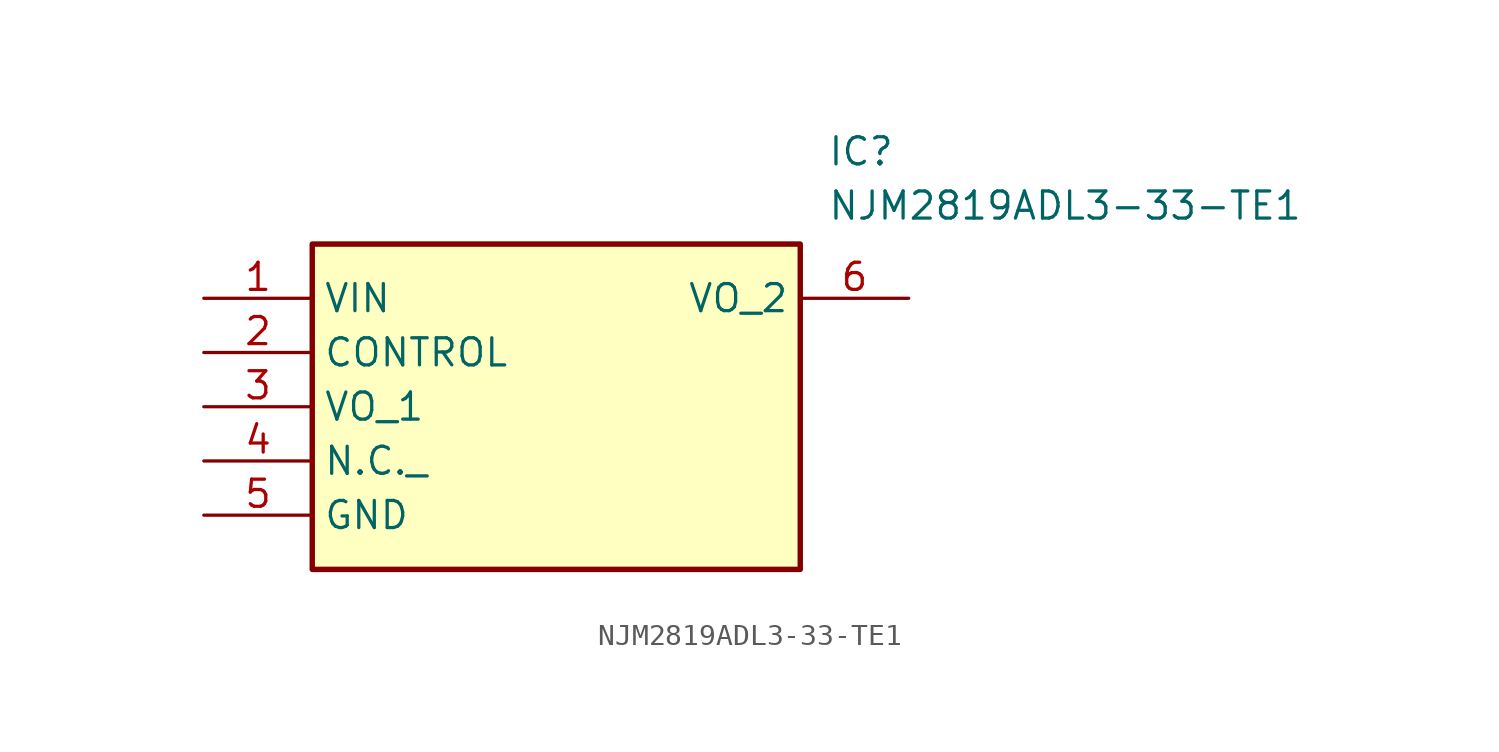
<source format=kicad_sym>
(kicad_symbol_lib
  (version 20211014)
  (generator SamacSys_ECAD_Model)
  (symbol "NJM2819ADL3-33-TE1"
    (property "Reference" "IC"
      (at 29.21 7.62 0)
      (effects (font (size 1.27 1.27)) (justify left top)))
    (property "Value" "NJM2819ADL3-33-TE1"
      (at 29.21 5.08 0)
      (effects (font (size 1.27 1.27)) (justify left top)))
    (rectangle
      (start 5.08 2.54)
      (end 27.94 -12.7)
      (stroke (width 0.254) (type default))
      (fill (type background)))
    (pin passive line
      (at 0 0 0)
      (length 5.08)
      (name "VIN" (effects (font (size 1.27 1.27))))
      (number "1" (effects (font (size 1.27 1.27)))))
    (pin passive line
      (at 0 -2.54 0)
      (length 5.08)
      (name "CONTROL" (effects (font (size 1.27 1.27))))
      (number "2" (effects (font (size 1.27 1.27)))))
    (pin passive line
      (at 0 -5.08 0)
      (length 5.08)
      (name "VO_1" (effects (font (size 1.27 1.27))))
      (number "3" (effects (font (size 1.27 1.27)))))
    (pin passive line
      (at 0 -7.62 0)
      (length 5.08)
      (name "N.C._" (effects (font (size 1.27 1.27))))
      (number "4" (effects (font (size 1.27 1.27)))))
    (pin passive line
      (at 0 -10.16 0)
      (length 5.08)
      (name "GND" (effects (font (size 1.27 1.27))))
      (number "5" (effects (font (size 1.27 1.27)))))
    (pin passive line
      (at 33.02 0 180)
      (length 5.08)
      (name "VO_2" (effects (font (size 1.27 1.27))))
      (number "6" (effects (font (size 1.27 1.27)))))))
</source>
